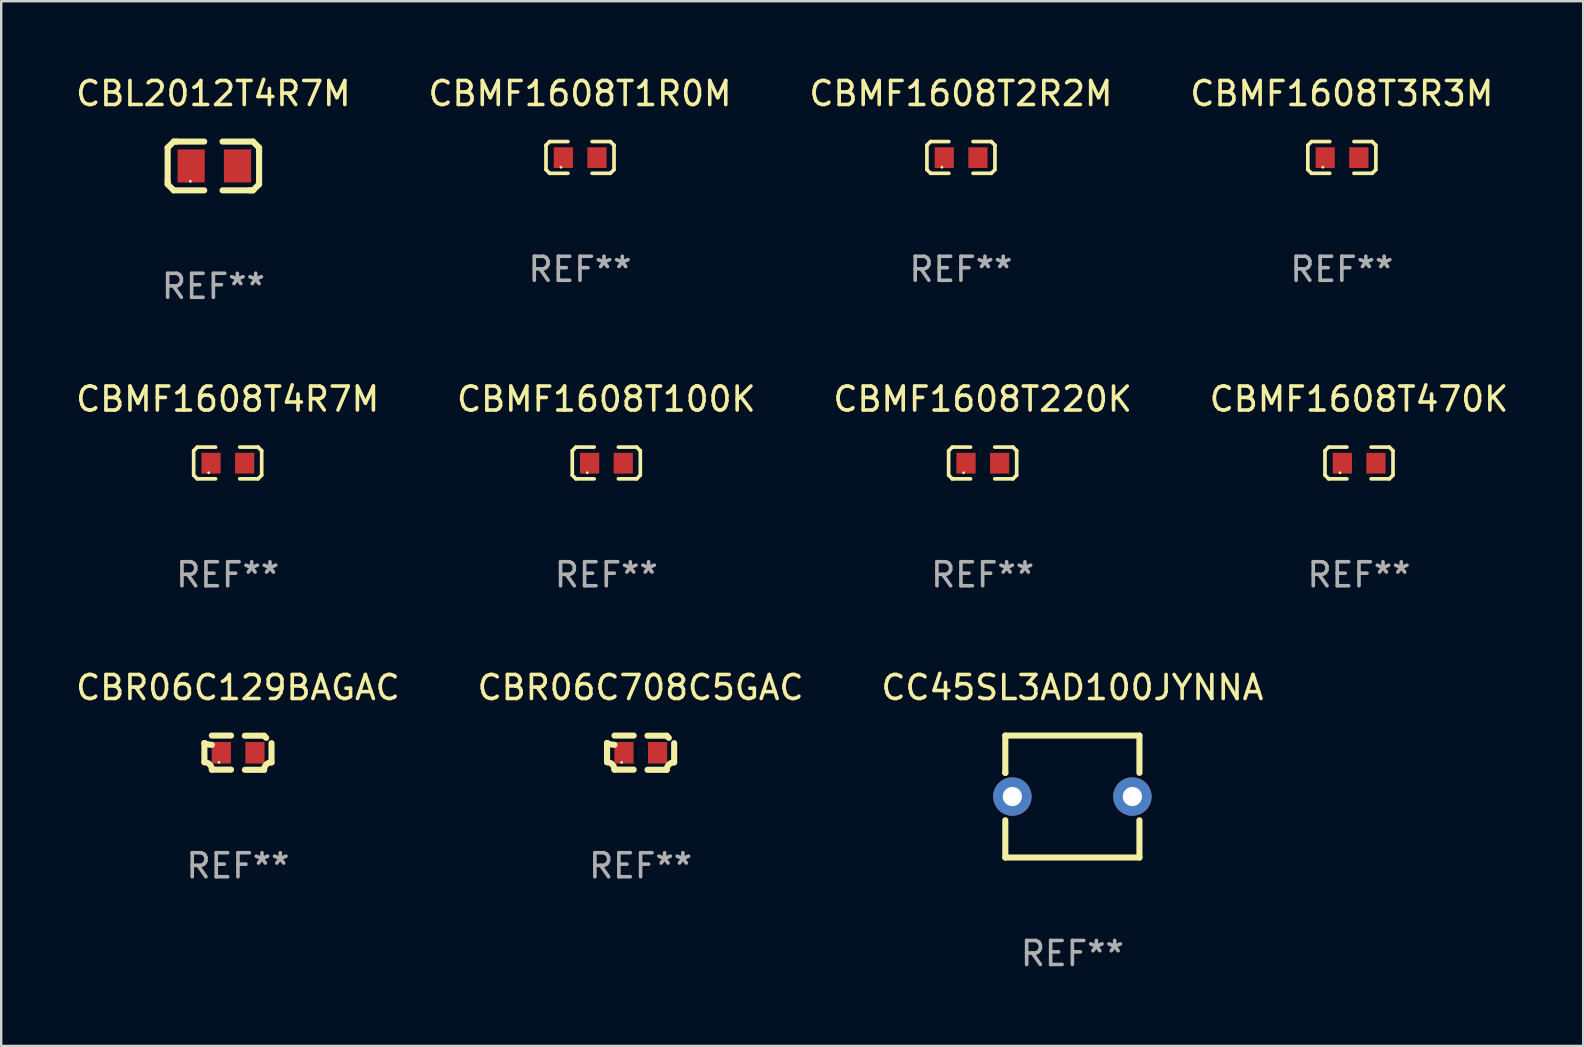
<source format=kicad_pcb>
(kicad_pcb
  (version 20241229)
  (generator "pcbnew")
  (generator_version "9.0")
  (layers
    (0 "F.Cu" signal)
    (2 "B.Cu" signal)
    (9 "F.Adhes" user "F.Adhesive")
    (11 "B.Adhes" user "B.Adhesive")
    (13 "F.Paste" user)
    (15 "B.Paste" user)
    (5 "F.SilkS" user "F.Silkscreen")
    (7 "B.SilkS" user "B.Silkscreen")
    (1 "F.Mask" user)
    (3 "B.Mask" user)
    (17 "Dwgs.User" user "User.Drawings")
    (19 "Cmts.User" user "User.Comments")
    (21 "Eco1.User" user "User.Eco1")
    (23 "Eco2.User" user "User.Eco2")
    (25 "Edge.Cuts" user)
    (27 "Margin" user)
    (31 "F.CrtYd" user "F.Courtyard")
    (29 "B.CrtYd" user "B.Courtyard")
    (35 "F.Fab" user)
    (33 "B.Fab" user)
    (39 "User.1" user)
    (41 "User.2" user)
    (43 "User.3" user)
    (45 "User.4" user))
  (footprint "CBR06C129BAGAC"
    (layer "F.Cu")
    (at 6.863 28.307)
    (property "Reference" "CBR06C129BAGAC" (at 0 -2.713 0) (layer "F.SilkS") (effects (font (size 1 1) (thickness 0.15))))
    (attr through_hole)
    (fp_line (start -1.398 -0.403) (end -1.398 0.397) (stroke (width 0.254) (type solid)) (layer "F.SilkS"))
    (fp_line (start -0.288 -0.713) (end -1.088 -0.713) (stroke (width 0.254) (type solid)) (layer "F.SilkS"))
    (fp_line (start -0.288 0.707) (end -1.088 0.707) (stroke (width 0.254) (type solid)) (layer "F.SilkS"))
    (fp_line (start 0.288 -0.707) (end 1.088 -0.707) (stroke (width 0.254) (type solid)) (layer "F.SilkS"))
    (fp_line (start 0.288 0.713) (end 1.088 0.713) (stroke (width 0.254) (type solid)) (layer "F.SilkS"))
    (fp_line (start 1.398 -0.397) (end 1.398 0.403) (stroke (width 0.254) (type solid)) (layer "F.SilkS"))
    (fp_arc (start -1.397789 0.397066) (mid -1.178701 0.487826) (end -1.08796 0.706922) (stroke (width 0.254001) (type solid)) (layer "F.SilkS"))
    (fp_arc (start -1.08796 -0.327176) (mid -1.247436 -0.346384) (end -1.39779 -0.402908) (stroke (width 0.254001) (type solid)) (layer "F.SilkS"))
    (fp_arc (start 1.087909 0.712738) (mid 1.178656 0.493655) (end 1.397739 0.402908) (stroke (width 0.254001) (type solid)) (layer "F.SilkS"))
    (fp_arc (start 1.175925 -0.618926) (mid 1.131917 -0.662923) (end 1.08791 -0.706922) (stroke (width 0.254001) (type solid)) (layer "F.SilkS"))
    (fp_circle (center -0.792 0.403) (end -0.762 0.403) (stroke (width 0.06) (type solid)) (fill no) (layer "F.SilkS"))
    (fp_text user "REF**" (at 0 4.713 0) (layer "F.Fab") (effects (font (size 1 1) (thickness 0.15))))
    (pad "1" smd rect (at -0.692 0.003) (size 0.8 0.9) (layers "F.Cu" "F.Mask" "F.Paste"))
    (pad "2" smd rect (at 0.708 0.003) (size 0.8 0.9) (layers "F.Cu" "F.Mask" "F.Paste")))
  (footprint "CC45SL3AD100JYNNA"
    (layer "F.Cu")
    (at 41.625 30.134)
    (property "Reference" "CC45SL3AD100JYNNA" (at 0 -4.54 0) (layer "F.SilkS") (effects (font (size 1 1) (thickness 0.15))))
    (attr through_hole)
    (fp_line (start -2.794 -2.54) (end 2.794 -2.54) (stroke (width 0.254) (type solid)) (layer "F.SilkS"))
    (fp_line (start -2.794 -0.988) (end -2.794 -2.54) (stroke (width 0.254) (type solid)) (layer "F.SilkS"))
    (fp_line (start -2.794 -0.988) (end -2.794 -1.016) (stroke (width 0.254) (type solid)) (layer "F.SilkS"))
    (fp_line (start -2.794 2.54) (end -2.794 0.988) (stroke (width 0.254) (type solid)) (layer "F.SilkS"))
    (fp_line (start 2.794 -2.54) (end 2.794 -0.988) (stroke (width 0.254) (type solid)) (layer "F.SilkS"))
    (fp_line (start 2.794 0.988) (end 2.794 2.54) (stroke (width 0.254) (type solid)) (layer "F.SilkS"))
    (fp_line (start 2.794 2.54) (end -2.794 2.54) (stroke (width 0.254) (type solid)) (layer "F.SilkS"))
    (fp_circle (center -2.8 2.5) (end -2.77 2.5) (stroke (width 0.06) (type solid)) (fill no) (layer "F.SilkS"))
    (fp_text user "REF**" (at 0 6.54 0) (layer "F.Fab") (effects (font (size 1 1) (thickness 0.15))))
    (pad "1" thru_hole circle (at -2.5 0) (size 1.6 1.6) (drill 0.8) (layers "*.Cu" "*.Mask"))
    (pad "2" thru_hole circle (at 2.5 0) (size 1.6 1.6) (drill 0.8) (layers "*.Cu" "*.Mask")))
  (footprint "CBMF1608T470K"
    (layer "F.Cu")
    (at 53.565 16.237)
    (property "Reference" "CBMF1608T470K" (at 0 -2.661 0) (layer "F.SilkS") (effects (font (size 1 1) (thickness 0.15))))
    (attr through_hole)
    (fp_line (start -1.417 -0.508) (end -1.265 -0.661) (stroke (width 0.152) (type solid)) (layer "F.SilkS"))
    (fp_line (start -1.417 0.508) (end -1.417 -0.508) (stroke (width 0.152) (type solid)) (layer "F.SilkS"))
    (fp_line (start -1.265 -0.661) (end -0.503 -0.661) (stroke (width 0.152) (type solid)) (layer "F.SilkS"))
    (fp_line (start -1.265 0.661) (end -1.417 0.508) (stroke (width 0.152) (type solid)) (layer "F.SilkS"))
    (fp_line (start -1.265 0.661) (end -0.503 0.661) (stroke (width 0.152) (type solid)) (layer "F.SilkS"))
    (fp_line (start 1.265 -0.661) (end 0.503 -0.661) (stroke (width 0.152) (type solid)) (layer "F.SilkS"))
    (fp_line (start 1.265 -0.661) (end 1.417 -0.508) (stroke (width 0.152) (type solid)) (layer "F.SilkS"))
    (fp_line (start 1.265 0.661) (end 0.503 0.661) (stroke (width 0.152) (type solid)) (layer "F.SilkS"))
    (fp_line (start 1.417 -0.508) (end 1.417 0.508) (stroke (width 0.152) (type solid)) (layer "F.SilkS"))
    (fp_line (start 1.417 0.508) (end 1.265 0.661) (stroke (width 0.152) (type solid)) (layer "F.SilkS"))
    (fp_circle (center -0.793 0.409) (end -0.763 0.409) (stroke (width 0.06) (type solid)) (fill no) (layer "F.SilkS"))
    (fp_text user "REF**" (at 0 4.661 0) (layer "F.Fab") (effects (font (size 1 1) (thickness 0.15))))
    (pad "1" smd rect (at -0.693 0.009 180) (size 0.8 0.864) (layers "F.Cu" "F.Mask" "F.Paste"))
    (pad "2" smd rect (at 0.707 0.009 180) (size 0.8 0.864) (layers "F.Cu" "F.Mask" "F.Paste")))
  (footprint "CBMF1608T100K"
    (layer "F.Cu")
    (at 22.208 16.237)
    (property "Reference" "CBMF1608T100K" (at 0 -2.661 0) (layer "F.SilkS") (effects (font (size 1 1) (thickness 0.15))))
    (attr through_hole)
    (fp_line (start -1.417 -0.508) (end -1.265 -0.661) (stroke (width 0.152) (type solid)) (layer "F.SilkS"))
    (fp_line (start -1.417 0.508) (end -1.417 -0.508) (stroke (width 0.152) (type solid)) (layer "F.SilkS"))
    (fp_line (start -1.265 -0.661) (end -0.503 -0.661) (stroke (width 0.152) (type solid)) (layer "F.SilkS"))
    (fp_line (start -1.265 0.661) (end -1.417 0.508) (stroke (width 0.152) (type solid)) (layer "F.SilkS"))
    (fp_line (start -1.265 0.661) (end -0.503 0.661) (stroke (width 0.152) (type solid)) (layer "F.SilkS"))
    (fp_line (start 1.265 -0.661) (end 0.503 -0.661) (stroke (width 0.152) (type solid)) (layer "F.SilkS"))
    (fp_line (start 1.265 -0.661) (end 1.417 -0.508) (stroke (width 0.152) (type solid)) (layer "F.SilkS"))
    (fp_line (start 1.265 0.661) (end 0.503 0.661) (stroke (width 0.152) (type solid)) (layer "F.SilkS"))
    (fp_line (start 1.417 -0.508) (end 1.417 0.508) (stroke (width 0.152) (type solid)) (layer "F.SilkS"))
    (fp_line (start 1.417 0.508) (end 1.265 0.661) (stroke (width 0.152) (type solid)) (layer "F.SilkS"))
    (fp_circle (center -0.793 0.409) (end -0.763 0.409) (stroke (width 0.06) (type solid)) (fill no) (layer "F.SilkS"))
    (fp_text user "REF**" (at 0 4.661 0) (layer "F.Fab") (effects (font (size 1 1) (thickness 0.15))))
    (pad "1" smd rect (at -0.693 0.009 180) (size 0.8 0.864) (layers "F.Cu" "F.Mask" "F.Paste"))
    (pad "2" smd rect (at 0.707 0.009 180) (size 0.8 0.864) (layers "F.Cu" "F.Mask" "F.Paste")))
  (footprint "CBMF1608T220K"
    (layer "F.Cu")
    (at 37.887 16.237)
    (property "Reference" "CBMF1608T220K" (at 0 -2.661 0) (layer "F.SilkS") (effects (font (size 1 1) (thickness 0.15))))
    (attr through_hole)
    (fp_line (start -1.417 -0.508) (end -1.265 -0.661) (stroke (width 0.152) (type solid)) (layer "F.SilkS"))
    (fp_line (start -1.417 0.508) (end -1.417 -0.508) (stroke (width 0.152) (type solid)) (layer "F.SilkS"))
    (fp_line (start -1.265 -0.661) (end -0.503 -0.661) (stroke (width 0.152) (type solid)) (layer "F.SilkS"))
    (fp_line (start -1.265 0.661) (end -1.417 0.508) (stroke (width 0.152) (type solid)) (layer "F.SilkS"))
    (fp_line (start -1.265 0.661) (end -0.503 0.661) (stroke (width 0.152) (type solid)) (layer "F.SilkS"))
    (fp_line (start 1.265 -0.661) (end 0.503 -0.661) (stroke (width 0.152) (type solid)) (layer "F.SilkS"))
    (fp_line (start 1.265 -0.661) (end 1.417 -0.508) (stroke (width 0.152) (type solid)) (layer "F.SilkS"))
    (fp_line (start 1.265 0.661) (end 0.503 0.661) (stroke (width 0.152) (type solid)) (layer "F.SilkS"))
    (fp_line (start 1.417 -0.508) (end 1.417 0.508) (stroke (width 0.152) (type solid)) (layer "F.SilkS"))
    (fp_line (start 1.417 0.508) (end 1.265 0.661) (stroke (width 0.152) (type solid)) (layer "F.SilkS"))
    (fp_circle (center -0.793 0.409) (end -0.763 0.409) (stroke (width 0.06) (type solid)) (fill no) (layer "F.SilkS"))
    (fp_text user "REF**" (at 0 4.661 0) (layer "F.Fab") (effects (font (size 1 1) (thickness 0.15))))
    (pad "1" smd rect (at -0.693 0.009 180) (size 0.8 0.864) (layers "F.Cu" "F.Mask" "F.Paste"))
    (pad "2" smd rect (at 0.707 0.009 180) (size 0.8 0.864) (layers "F.Cu" "F.Mask" "F.Paste")))
  (footprint "CBMF1608T1R0M"
    (layer "F.Cu")
    (at 21.113 3.509)
    (property "Reference" "CBMF1608T1R0M" (at 0 -2.661 0) (layer "F.SilkS") (effects (font (size 1 1) (thickness 0.15))))
    (attr through_hole)
    (fp_line (start -1.417 -0.508) (end -1.265 -0.661) (stroke (width 0.152) (type solid)) (layer "F.SilkS"))
    (fp_line (start -1.417 0.508) (end -1.417 -0.508) (stroke (width 0.152) (type solid)) (layer "F.SilkS"))
    (fp_line (start -1.265 -0.661) (end -0.503 -0.661) (stroke (width 0.152) (type solid)) (layer "F.SilkS"))
    (fp_line (start -1.265 0.661) (end -1.417 0.508) (stroke (width 0.152) (type solid)) (layer "F.SilkS"))
    (fp_line (start -1.265 0.661) (end -0.503 0.661) (stroke (width 0.152) (type solid)) (layer "F.SilkS"))
    (fp_line (start 1.265 -0.661) (end 0.503 -0.661) (stroke (width 0.152) (type solid)) (layer "F.SilkS"))
    (fp_line (start 1.265 -0.661) (end 1.417 -0.508) (stroke (width 0.152) (type solid)) (layer "F.SilkS"))
    (fp_line (start 1.265 0.661) (end 0.503 0.661) (stroke (width 0.152) (type solid)) (layer "F.SilkS"))
    (fp_line (start 1.417 -0.508) (end 1.417 0.508) (stroke (width 0.152) (type solid)) (layer "F.SilkS"))
    (fp_line (start 1.417 0.508) (end 1.265 0.661) (stroke (width 0.152) (type solid)) (layer "F.SilkS"))
    (fp_circle (center -0.793 0.409) (end -0.763 0.409) (stroke (width 0.06) (type solid)) (fill no) (layer "F.SilkS"))
    (fp_text user "REF**" (at 0 4.661 0) (layer "F.Fab") (effects (font (size 1 1) (thickness 0.15))))
    (pad "1" smd rect (at -0.693 0.009 180) (size 0.8 0.864) (layers "F.Cu" "F.Mask" "F.Paste"))
    (pad "2" smd rect (at 0.707 0.009 180) (size 0.8 0.864) (layers "F.Cu" "F.Mask" "F.Paste")))
  (footprint "CBL2012T4R7M"
    (layer "F.Cu")
    (at 5.839 3.864)
    (property "Reference" "CBL2012T4R7M" (at 0 -3.016 0) (layer "F.SilkS") (effects (font (size 1 1) (thickness 0.15))))
    (attr through_hole)
    (fp_line (start -1.905 -0.762) (end -1.905 0.635) (stroke (width 0.254) (type solid)) (layer "F.SilkS"))
    (fp_line (start -1.905 0.635) (end -1.905 0.762) (stroke (width 0.254) (type solid)) (layer "F.SilkS"))
    (fp_line (start -1.905 0.762) (end -1.651 1.016) (stroke (width 0.254) (type solid)) (layer "F.SilkS"))
    (fp_line (start -1.651 -1.016) (end -1.905 -0.762) (stroke (width 0.254) (type solid)) (layer "F.SilkS"))
    (fp_line (start -1.651 1.016) (end -0.381 1.016) (stroke (width 0.254) (type solid)) (layer "F.SilkS"))
    (fp_line (start -1.524 -1.016) (end -1.651 -1.016) (stroke (width 0.254) (type solid)) (layer "F.SilkS"))
    (fp_line (start -0.381 -1.016) (end -1.524 -1.016) (stroke (width 0.254) (type solid)) (layer "F.SilkS"))
    (fp_line (start 0.381 1.016) (end 1.524 1.016) (stroke (width 0.254) (type solid)) (layer "F.SilkS"))
    (fp_line (start 1.524 1.016) (end 1.651 1.016) (stroke (width 0.254) (type solid)) (layer "F.SilkS"))
    (fp_line (start 1.651 -1.016) (end 0.381 -1.016) (stroke (width 0.254) (type solid)) (layer "F.SilkS"))
    (fp_line (start 1.651 1.016) (end 1.905 0.762) (stroke (width 0.254) (type solid)) (layer "F.SilkS"))
    (fp_line (start 1.905 -0.762) (end 1.651 -1.016) (stroke (width 0.254) (type solid)) (layer "F.SilkS"))
    (fp_line (start 1.905 -0.635) (end 1.905 -0.762) (stroke (width 0.254) (type solid)) (layer "F.SilkS"))
    (fp_line (start 1.905 0.762) (end 1.905 -0.635) (stroke (width 0.254) (type solid)) (layer "F.SilkS"))
    (fp_circle (center -0.96 0.637) (end -0.93 0.637) (stroke (width 0.06) (type solid)) (fill no) (layer "F.SilkS"))
    (fp_text user "REF**" (at 0 5.016 0) (layer "F.Fab") (effects (font (size 1 1) (thickness 0.15))))
    (pad "1" smd rect (at -0.926 -0.000051) (size 1.133 1.377) (layers "F.Cu" "F.Mask" "F.Paste"))
    (pad "2" smd rect (at 1.006 -0.000051) (size 1.133 1.377) (layers "F.Cu" "F.Mask" "F.Paste")))
  (footprint "CBR06C708C5GAC"
    (layer "F.Cu")
    (at 23.637 28.307)
    (property "Reference" "CBR06C708C5GAC" (at 0 -2.713 0) (layer "F.SilkS") (effects (font (size 1 1) (thickness 0.15))))
    (attr through_hole)
    (fp_line (start -1.398 -0.403) (end -1.398 0.397) (stroke (width 0.254) (type solid)) (layer "F.SilkS"))
    (fp_line (start -0.288 -0.713) (end -1.088 -0.713) (stroke (width 0.254) (type solid)) (layer "F.SilkS"))
    (fp_line (start -0.288 0.707) (end -1.088 0.707) (stroke (width 0.254) (type solid)) (layer "F.SilkS"))
    (fp_line (start 0.288 -0.707) (end 1.088 -0.707) (stroke (width 0.254) (type solid)) (layer "F.SilkS"))
    (fp_line (start 0.288 0.713) (end 1.088 0.713) (stroke (width 0.254) (type solid)) (layer "F.SilkS"))
    (fp_line (start 1.398 -0.397) (end 1.398 0.403) (stroke (width 0.254) (type solid)) (layer "F.SilkS"))
    (fp_arc (start -1.397789 0.397066) (mid -1.178701 0.487826) (end -1.08796 0.706922) (stroke (width 0.254001) (type solid)) (layer "F.SilkS"))
    (fp_arc (start -1.08796 -0.327176) (mid -1.247436 -0.346384) (end -1.39779 -0.402908) (stroke (width 0.254001) (type solid)) (layer "F.SilkS"))
    (fp_arc (start 1.087909 0.712738) (mid 1.178656 0.493655) (end 1.397739 0.402908) (stroke (width 0.254001) (type solid)) (layer "F.SilkS"))
    (fp_arc (start 1.175925 -0.618926) (mid 1.131917 -0.662923) (end 1.08791 -0.706922) (stroke (width 0.254001) (type solid)) (layer "F.SilkS"))
    (fp_circle (center -0.792 0.403) (end -0.762 0.403) (stroke (width 0.06) (type solid)) (fill no) (layer "F.SilkS"))
    (fp_text user "REF**" (at 0 4.713 0) (layer "F.Fab") (effects (font (size 1 1) (thickness 0.15))))
    (pad "1" smd rect (at -0.692 0.003) (size 0.8 0.9) (layers "F.Cu" "F.Mask" "F.Paste"))
    (pad "2" smd rect (at 0.708 0.003) (size 0.8 0.9) (layers "F.Cu" "F.Mask" "F.Paste")))
  (footprint "CBMF1608T3R3M"
    (layer "F.Cu")
    (at 52.851 3.509)
    (property "Reference" "CBMF1608T3R3M" (at 0 -2.661 0) (layer "F.SilkS") (effects (font (size 1 1) (thickness 0.15))))
    (attr through_hole)
    (fp_line (start -1.417 -0.508) (end -1.265 -0.661) (stroke (width 0.152) (type solid)) (layer "F.SilkS"))
    (fp_line (start -1.417 0.508) (end -1.417 -0.508) (stroke (width 0.152) (type solid)) (layer "F.SilkS"))
    (fp_line (start -1.265 -0.661) (end -0.503 -0.661) (stroke (width 0.152) (type solid)) (layer "F.SilkS"))
    (fp_line (start -1.265 0.661) (end -1.417 0.508) (stroke (width 0.152) (type solid)) (layer "F.SilkS"))
    (fp_line (start -1.265 0.661) (end -0.503 0.661) (stroke (width 0.152) (type solid)) (layer "F.SilkS"))
    (fp_line (start 1.265 -0.661) (end 0.503 -0.661) (stroke (width 0.152) (type solid)) (layer "F.SilkS"))
    (fp_line (start 1.265 -0.661) (end 1.417 -0.508) (stroke (width 0.152) (type solid)) (layer "F.SilkS"))
    (fp_line (start 1.265 0.661) (end 0.503 0.661) (stroke (width 0.152) (type solid)) (layer "F.SilkS"))
    (fp_line (start 1.417 -0.508) (end 1.417 0.508) (stroke (width 0.152) (type solid)) (layer "F.SilkS"))
    (fp_line (start 1.417 0.508) (end 1.265 0.661) (stroke (width 0.152) (type solid)) (layer "F.SilkS"))
    (fp_circle (center -0.793 0.409) (end -0.763 0.409) (stroke (width 0.06) (type solid)) (fill no) (layer "F.SilkS"))
    (fp_text user "REF**" (at 0 4.661 0) (layer "F.Fab") (effects (font (size 1 1) (thickness 0.15))))
    (pad "1" smd rect (at -0.693 0.009 180) (size 0.8 0.864) (layers "F.Cu" "F.Mask" "F.Paste"))
    (pad "2" smd rect (at 0.707 0.009 180) (size 0.8 0.864) (layers "F.Cu" "F.Mask" "F.Paste")))
  (footprint "CBMF1608T4R7M"
    (layer "F.Cu")
    (at 6.435 16.237)
    (property "Reference" "CBMF1608T4R7M" (at 0 -2.661 0) (layer "F.SilkS") (effects (font (size 1 1) (thickness 0.15))))
    (attr through_hole)
    (fp_line (start -1.417 -0.508) (end -1.265 -0.661) (stroke (width 0.152) (type solid)) (layer "F.SilkS"))
    (fp_line (start -1.417 0.508) (end -1.417 -0.508) (stroke (width 0.152) (type solid)) (layer "F.SilkS"))
    (fp_line (start -1.265 -0.661) (end -0.503 -0.661) (stroke (width 0.152) (type solid)) (layer "F.SilkS"))
    (fp_line (start -1.265 0.661) (end -1.417 0.508) (stroke (width 0.152) (type solid)) (layer "F.SilkS"))
    (fp_line (start -1.265 0.661) (end -0.503 0.661) (stroke (width 0.152) (type solid)) (layer "F.SilkS"))
    (fp_line (start 1.265 -0.661) (end 0.503 -0.661) (stroke (width 0.152) (type solid)) (layer "F.SilkS"))
    (fp_line (start 1.265 -0.661) (end 1.417 -0.508) (stroke (width 0.152) (type solid)) (layer "F.SilkS"))
    (fp_line (start 1.265 0.661) (end 0.503 0.661) (stroke (width 0.152) (type solid)) (layer "F.SilkS"))
    (fp_line (start 1.417 -0.508) (end 1.417 0.508) (stroke (width 0.152) (type solid)) (layer "F.SilkS"))
    (fp_line (start 1.417 0.508) (end 1.265 0.661) (stroke (width 0.152) (type solid)) (layer "F.SilkS"))
    (fp_circle (center -0.793 0.409) (end -0.763 0.409) (stroke (width 0.06) (type solid)) (fill no) (layer "F.SilkS"))
    (fp_text user "REF**" (at 0 4.661 0) (layer "F.Fab") (effects (font (size 1 1) (thickness 0.15))))
    (pad "1" smd rect (at -0.693 0.009 180) (size 0.8 0.864) (layers "F.Cu" "F.Mask" "F.Paste"))
    (pad "2" smd rect (at 0.707 0.009 180) (size 0.8 0.864) (layers "F.Cu" "F.Mask" "F.Paste")))
  (footprint "CBMF1608T2R2M"
    (layer "F.Cu")
    (at 36.982 3.509)
    (property "Reference" "CBMF1608T2R2M" (at 0 -2.661 0) (layer "F.SilkS") (effects (font (size 1 1) (thickness 0.15))))
    (attr through_hole)
    (fp_line (start -1.417 -0.508) (end -1.265 -0.661) (stroke (width 0.152) (type solid)) (layer "F.SilkS"))
    (fp_line (start -1.417 0.508) (end -1.417 -0.508) (stroke (width 0.152) (type solid)) (layer "F.SilkS"))
    (fp_line (start -1.265 -0.661) (end -0.503 -0.661) (stroke (width 0.152) (type solid)) (layer "F.SilkS"))
    (fp_line (start -1.265 0.661) (end -1.417 0.508) (stroke (width 0.152) (type solid)) (layer "F.SilkS"))
    (fp_line (start -1.265 0.661) (end -0.503 0.661) (stroke (width 0.152) (type solid)) (layer "F.SilkS"))
    (fp_line (start 1.265 -0.661) (end 0.503 -0.661) (stroke (width 0.152) (type solid)) (layer "F.SilkS"))
    (fp_line (start 1.265 -0.661) (end 1.417 -0.508) (stroke (width 0.152) (type solid)) (layer "F.SilkS"))
    (fp_line (start 1.265 0.661) (end 0.503 0.661) (stroke (width 0.152) (type solid)) (layer "F.SilkS"))
    (fp_line (start 1.417 -0.508) (end 1.417 0.508) (stroke (width 0.152) (type solid)) (layer "F.SilkS"))
    (fp_line (start 1.417 0.508) (end 1.265 0.661) (stroke (width 0.152) (type solid)) (layer "F.SilkS"))
    (fp_circle (center -0.793 0.409) (end -0.763 0.409) (stroke (width 0.06) (type solid)) (fill no) (layer "F.SilkS"))
    (fp_text user "REF**" (at 0 4.661 0) (layer "F.Fab") (effects (font (size 1 1) (thickness 0.15))))
    (pad "1" smd rect (at -0.693 0.009 180) (size 0.8 0.864) (layers "F.Cu" "F.Mask" "F.Paste"))
    (pad "2" smd rect (at 0.707 0.009 180) (size 0.8 0.864) (layers "F.Cu" "F.Mask" "F.Paste")))
  (gr_rect
    (start -3 -3)
    (end 62.905 40.523)
    (stroke (width 0.1) (type default))
    (fill no)
    (layer "Edge.Cuts")))
</source>
